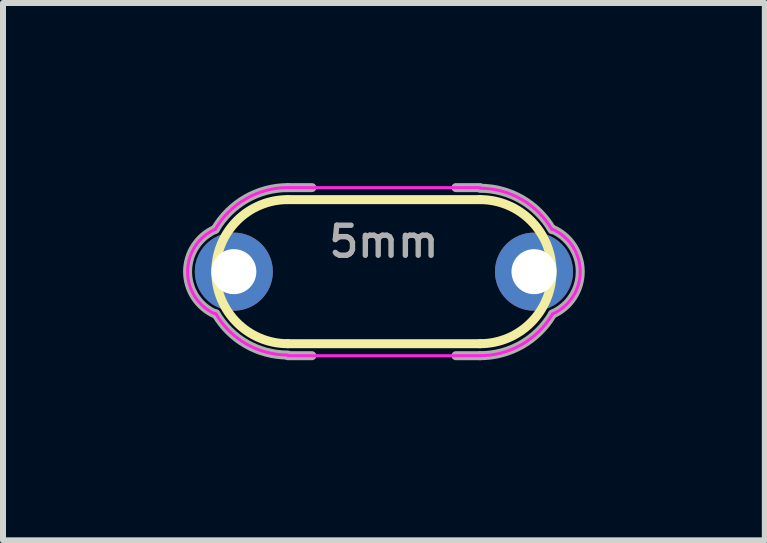
<source format=kicad_pcb>
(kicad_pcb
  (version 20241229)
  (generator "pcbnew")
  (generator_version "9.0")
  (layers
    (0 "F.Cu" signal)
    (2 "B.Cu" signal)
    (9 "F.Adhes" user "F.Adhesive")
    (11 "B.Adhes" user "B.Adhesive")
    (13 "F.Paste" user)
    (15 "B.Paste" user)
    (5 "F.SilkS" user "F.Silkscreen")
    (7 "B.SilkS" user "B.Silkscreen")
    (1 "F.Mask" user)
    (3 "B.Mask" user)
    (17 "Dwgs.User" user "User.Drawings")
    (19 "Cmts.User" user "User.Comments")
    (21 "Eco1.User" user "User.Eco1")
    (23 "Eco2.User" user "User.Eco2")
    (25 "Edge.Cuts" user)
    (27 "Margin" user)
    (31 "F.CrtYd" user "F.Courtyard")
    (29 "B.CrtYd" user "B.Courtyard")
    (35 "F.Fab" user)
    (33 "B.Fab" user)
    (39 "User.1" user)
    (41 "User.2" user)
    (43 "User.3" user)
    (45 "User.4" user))
  (footprint "5mm"
    (layer "F.Cu")
    (at 3.345 1.475)
    (property "Reference" "5mm" (at 0 -0.5 0) (layer "F.Fab") (effects (font (size 0.5 0.5) (thickness 0.09))))
    (attr through_hole)
    (fp_line (start -1.6 -1.2) (end 1.6 -1.2) (stroke (width 0.15) (type solid)) (layer "F.SilkS"))
    (fp_line (start -1.6 1.2) (end 1.6 1.2) (stroke (width 0.15) (type solid)) (layer "F.SilkS"))
    (fp_arc (start -1.6 1.2) (mid -2.8 0) (end -1.6 -1.2) (stroke (width 0.15) (type solid)) (layer "F.SilkS"))
    (fp_arc (start 1.6 -1.2) (mid 2.8 0) (end 1.6 1.2) (stroke (width 0.15) (type solid)) (layer "F.SilkS"))
    (fp_line (start -1.6 -1.4) (end 1.6 -1.4) (stroke (width 0.05) (type solid)) (layer "F.CrtYd"))
    (fp_line (start -1.6 1.4) (end 1.6 1.4) (stroke (width 0.05) (type solid)) (layer "F.CrtYd"))
    (fp_arc (start -2.808754 -0.706339) (mid -2.296824 -1.214264) (end -1.6 -1.4) (stroke (width 0.05) (type solid)) (layer "F.CrtYd"))
    (fp_arc (start -2.803741 0.707825) (mid -3.270237 0.003024) (end -2.809289 -0.705418) (stroke (width 0.05) (type solid)) (layer "F.CrtYd"))
    (fp_arc (start -1.601057 1.389243) (mid -2.292386 1.204408) (end -2.799999 0.699999) (stroke (width 0.05) (type solid)) (layer "F.CrtYd"))
    (fp_arc (start 1.601057 -1.389243) (mid 2.292386 -1.204408) (end 2.799999 -0.699999) (stroke (width 0.05) (type solid)) (layer "F.CrtYd"))
    (fp_arc (start 2.803741 -0.707825) (mid 3.270237 -0.003024) (end 2.809289 0.705418) (stroke (width 0.05) (type solid)) (layer "F.CrtYd"))
    (fp_arc (start 2.808754 0.706339) (mid 2.296824 1.214264) (end 1.6 1.4) (stroke (width 0.05) (type solid)) (layer "F.CrtYd"))
    (fp_line (start -1.6 -1.4) (end -1.2 -1.4) (stroke (width 0.15) (type solid)) (layer "F.Fab"))
    (fp_line (start -1.6 1.4) (end -1.2 1.4) (stroke (width 0.15) (type solid)) (layer "F.Fab"))
    (fp_line (start 1.6 -1.4) (end 1.2 -1.4) (stroke (width 0.15) (type solid)) (layer "F.Fab"))
    (fp_line (start 1.6 1.4) (end 1.2 1.4) (stroke (width 0.15) (type solid)) (layer "F.Fab"))
    (fp_arc (start -2.808754 -0.706339) (mid -2.296824 -1.214264) (end -1.6 -1.4) (stroke (width 0.15) (type solid)) (layer "F.Fab"))
    (fp_arc (start -2.803741 0.707825) (mid -3.270237 0.003024) (end -2.809289 -0.705418) (stroke (width 0.15) (type solid)) (layer "F.Fab"))
    (fp_arc (start -1.601057 1.389243) (mid -2.292386 1.204408) (end -2.799999 0.699999) (stroke (width 0.15) (type solid)) (layer "F.Fab"))
    (fp_arc (start 1.601057 -1.389243) (mid 2.292386 -1.204408) (end 2.799999 -0.699999) (stroke (width 0.15) (type solid)) (layer "F.Fab"))
    (fp_arc (start 2.803741 -0.707825) (mid 3.270237 -0.003024) (end 2.809289 0.705418) (stroke (width 0.15) (type solid)) (layer "F.Fab"))
    (fp_arc (start 2.808754 0.706339) (mid 2.296824 1.214264) (end 1.6 1.4) (stroke (width 0.15) (type solid)) (layer "F.Fab"))
    (pad "1" thru_hole circle (at -2.5 0) (size 1.3 1.3) (drill 0.75) (layers "*.Cu" "*.Mask"))
    (pad "2" thru_hole circle (at 2.5 0) (size 1.3 1.3) (drill 0.75) (layers "*.Cu" "*.Mask")))
  (gr_rect
    (start -3 -3)
    (end 9.69 5.95)
    (stroke (width 0.1) (type default))
    (fill no)
    (layer "Edge.Cuts")))
</source>
